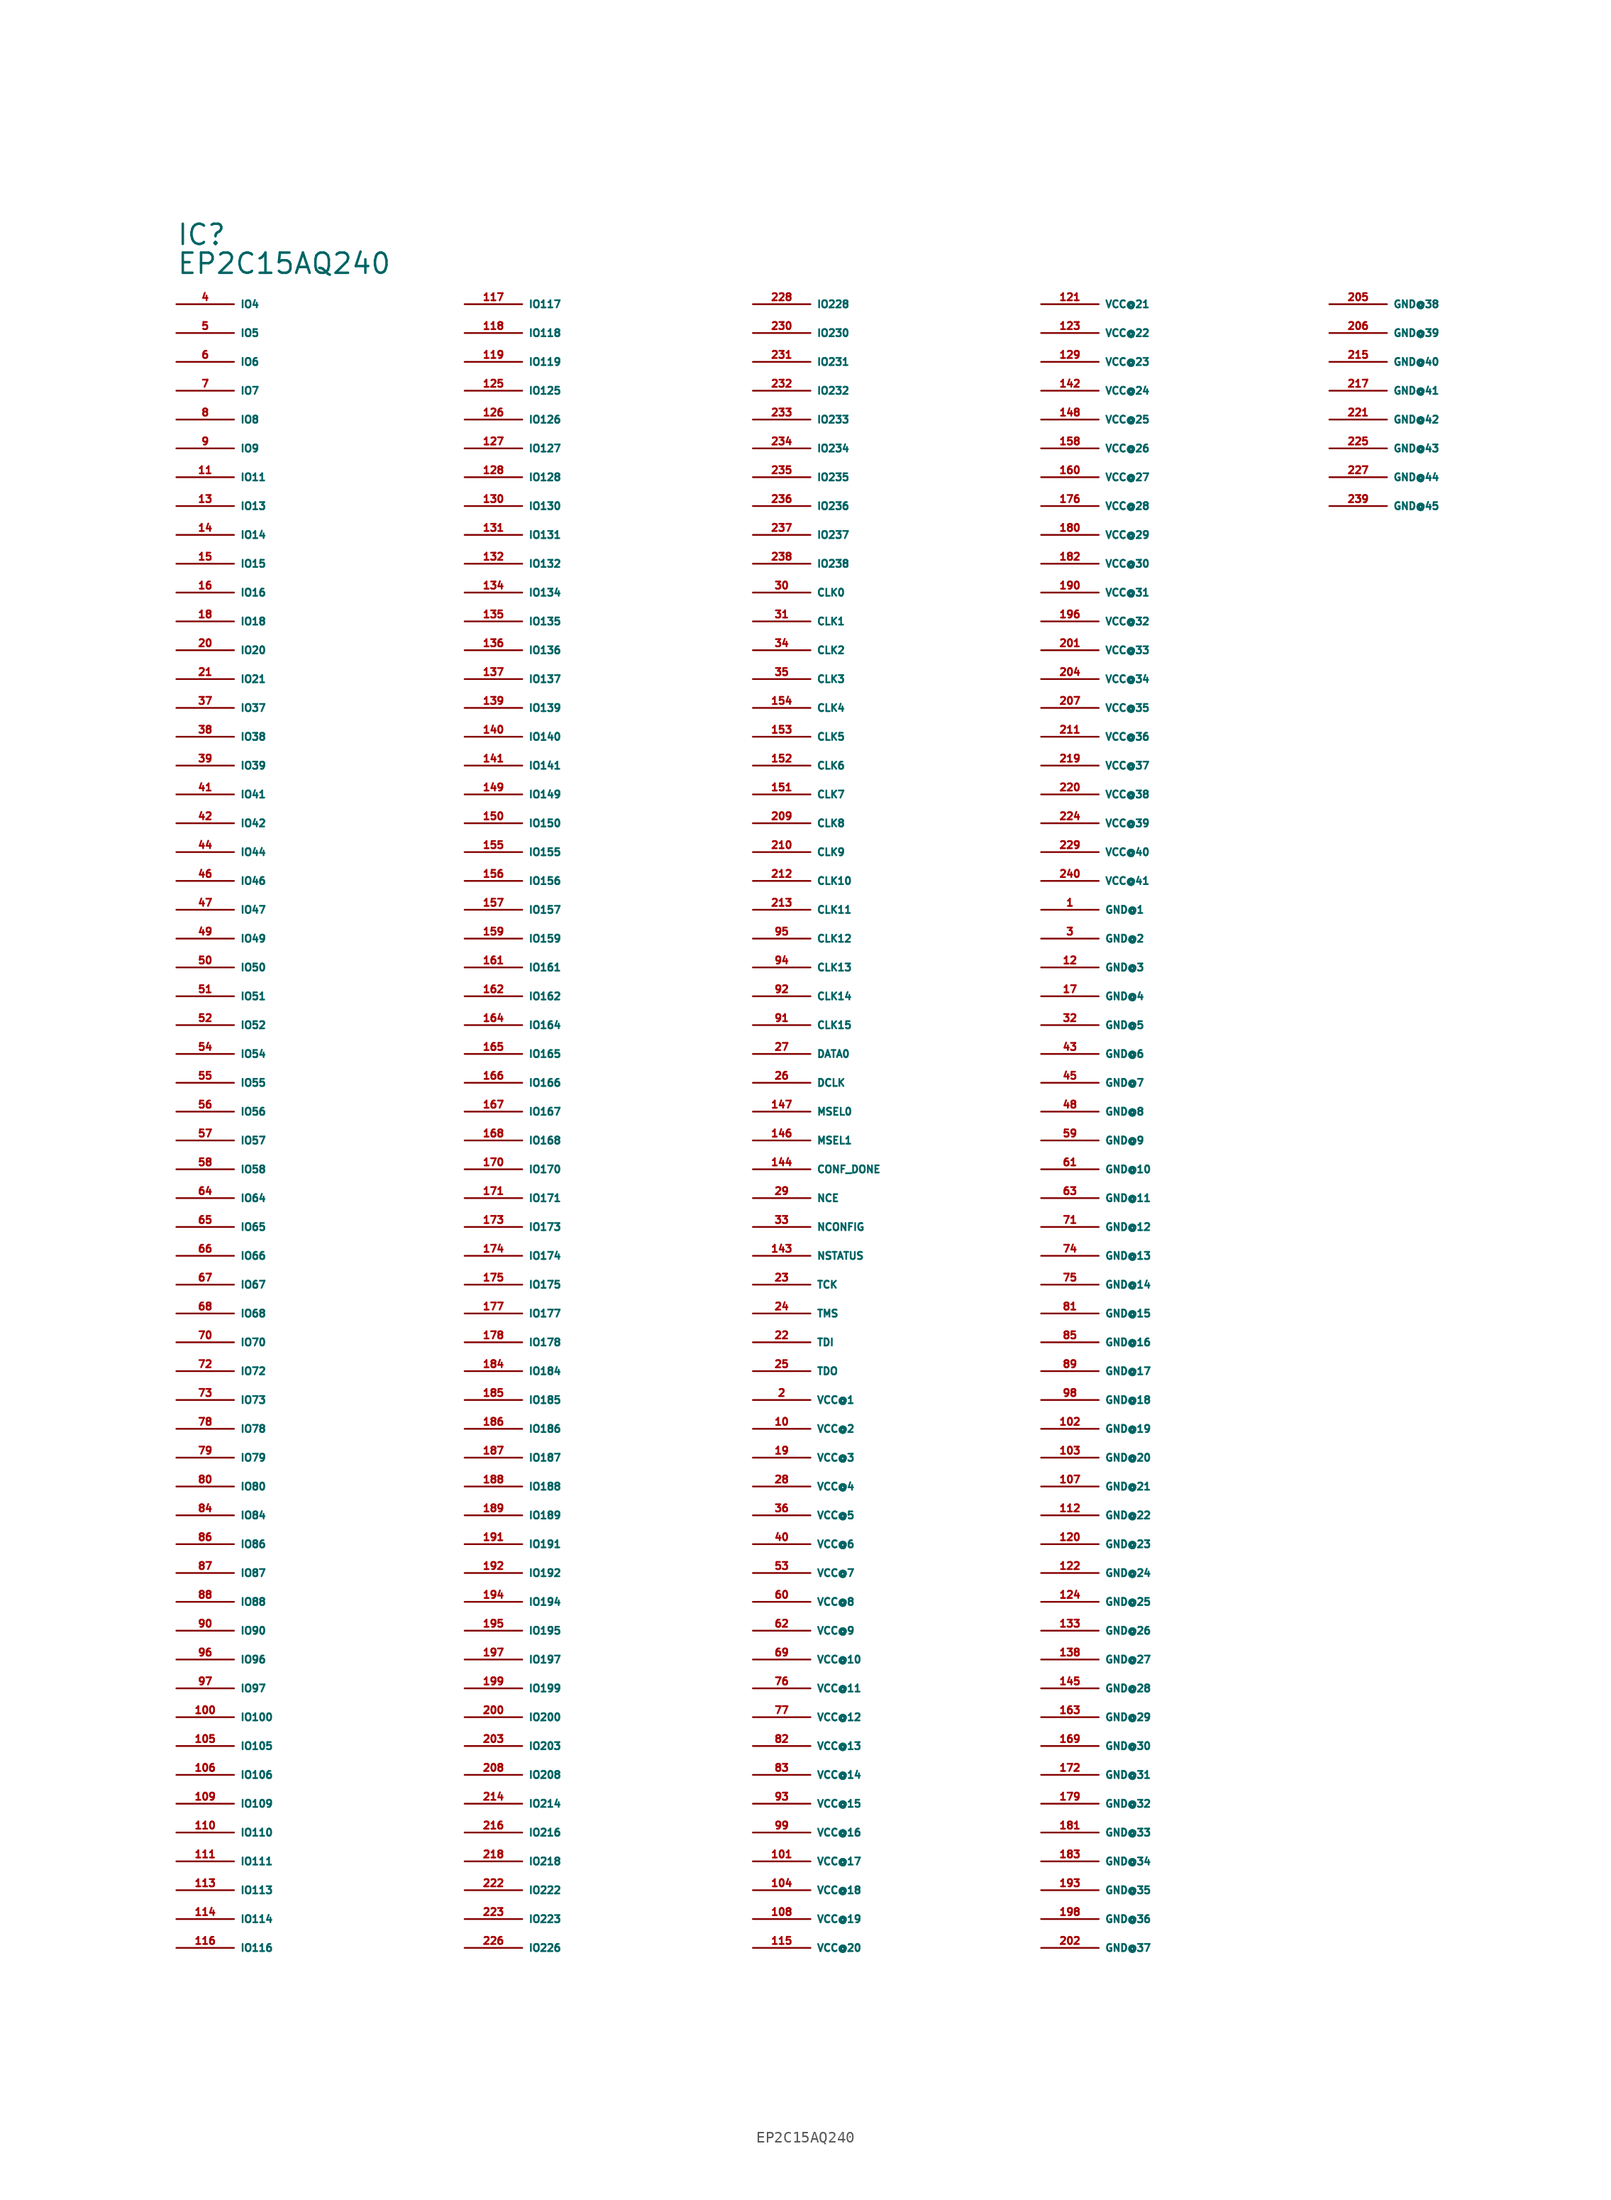
<source format=kicad_sym>
(kicad_symbol_lib
  (version 20220914)
  (generator Eagle2Kicad)
  (symbol "EP2C15AQ240"
    (property "Reference" "IC"
      (at -55.88 81.28 0)
      (effects (font (size 1.778 1.778) (thickness 0.22)) (justify left bottom)))
    (property "Value" "EP2C15AQ240"
      (at -55.88 78.74 0)
      (effects (font (size 1.778 1.778) (thickness 0.22)) (justify left bottom)))
    (pin output line
      (at -55.88 76.2 0)
      (length 5.08)
      (name "IO4" (effects (font (size 0.635 0.635) (thickness 0.08)) (justify left bottom)))
      (number "4" (effects (font (size 0.635 0.635) (thickness 0.08)) (justify left bottom))))
    (pin output line
      (at -55.88 73.66 0)
      (length 5.08)
      (name "IO5" (effects (font (size 0.635 0.635) (thickness 0.08)) (justify left bottom)))
      (number "5" (effects (font (size 0.635 0.635) (thickness 0.08)) (justify left bottom))))
    (pin bidirectional line
      (at -55.88 71.12 0)
      (length 5.08)
      (name "IO6" (effects (font (size 0.635 0.635) (thickness 0.08)) (justify left bottom)))
      (number "6" (effects (font (size 0.635 0.635) (thickness 0.08)) (justify left bottom))))
    (pin bidirectional line
      (at -55.88 68.58 0)
      (length 5.08)
      (name "IO7" (effects (font (size 0.635 0.635) (thickness 0.08)) (justify left bottom)))
      (number "7" (effects (font (size 0.635 0.635) (thickness 0.08)) (justify left bottom))))
    (pin bidirectional line
      (at -55.88 66.04 0)
      (length 5.08)
      (name "IO8" (effects (font (size 0.635 0.635) (thickness 0.08)) (justify left bottom)))
      (number "8" (effects (font (size 0.635 0.635) (thickness 0.08)) (justify left bottom))))
    (pin bidirectional line
      (at -55.88 63.5 0)
      (length 5.08)
      (name "IO9" (effects (font (size 0.635 0.635) (thickness 0.08)) (justify left bottom)))
      (number "9" (effects (font (size 0.635 0.635) (thickness 0.08)) (justify left bottom))))
    (pin bidirectional line
      (at -55.88 60.96 0)
      (length 5.08)
      (name "IO11" (effects (font (size 0.635 0.635) (thickness 0.08)) (justify left bottom)))
      (number "11" (effects (font (size 0.635 0.635) (thickness 0.08)) (justify left bottom))))
    (pin bidirectional line
      (at -55.88 58.42 0)
      (length 5.08)
      (name "IO13" (effects (font (size 0.635 0.635) (thickness 0.08)) (justify left bottom)))
      (number "13" (effects (font (size 0.635 0.635) (thickness 0.08)) (justify left bottom))))
    (pin bidirectional line
      (at -55.88 55.88 0)
      (length 5.08)
      (name "IO14" (effects (font (size 0.635 0.635) (thickness 0.08)) (justify left bottom)))
      (number "14" (effects (font (size 0.635 0.635) (thickness 0.08)) (justify left bottom))))
    (pin bidirectional line
      (at -55.88 53.34 0)
      (length 5.08)
      (name "IO15" (effects (font (size 0.635 0.635) (thickness 0.08)) (justify left bottom)))
      (number "15" (effects (font (size 0.635 0.635) (thickness 0.08)) (justify left bottom))))
    (pin bidirectional line
      (at -55.88 50.8 0)
      (length 5.08)
      (name "IO16" (effects (font (size 0.635 0.635) (thickness 0.08)) (justify left bottom)))
      (number "16" (effects (font (size 0.635 0.635) (thickness 0.08)) (justify left bottom))))
    (pin bidirectional line
      (at -55.88 48.26 0)
      (length 5.08)
      (name "IO18" (effects (font (size 0.635 0.635) (thickness 0.08)) (justify left bottom)))
      (number "18" (effects (font (size 0.635 0.635) (thickness 0.08)) (justify left bottom))))
    (pin bidirectional line
      (at -55.88 45.72 0)
      (length 5.08)
      (name "IO20" (effects (font (size 0.635 0.635) (thickness 0.08)) (justify left bottom)))
      (number "20" (effects (font (size 0.635 0.635) (thickness 0.08)) (justify left bottom))))
    (pin bidirectional line
      (at -55.88 43.18 0)
      (length 5.08)
      (name "IO21" (effects (font (size 0.635 0.635) (thickness 0.08)) (justify left bottom)))
      (number "21" (effects (font (size 0.635 0.635) (thickness 0.08)) (justify left bottom))))
    (pin bidirectional line
      (at -55.88 40.64 0)
      (length 5.08)
      (name "IO37" (effects (font (size 0.635 0.635) (thickness 0.08)) (justify left bottom)))
      (number "37" (effects (font (size 0.635 0.635) (thickness 0.08)) (justify left bottom))))
    (pin bidirectional line
      (at -55.88 38.1 0)
      (length 5.08)
      (name "IO38" (effects (font (size 0.635 0.635) (thickness 0.08)) (justify left bottom)))
      (number "38" (effects (font (size 0.635 0.635) (thickness 0.08)) (justify left bottom))))
    (pin bidirectional line
      (at -55.88 35.56 0)
      (length 5.08)
      (name "IO39" (effects (font (size 0.635 0.635) (thickness 0.08)) (justify left bottom)))
      (number "39" (effects (font (size 0.635 0.635) (thickness 0.08)) (justify left bottom))))
    (pin bidirectional line
      (at -55.88 33.02 0)
      (length 5.08)
      (name "IO41" (effects (font (size 0.635 0.635) (thickness 0.08)) (justify left bottom)))
      (number "41" (effects (font (size 0.635 0.635) (thickness 0.08)) (justify left bottom))))
    (pin bidirectional line
      (at -55.88 30.48 0)
      (length 5.08)
      (name "IO42" (effects (font (size 0.635 0.635) (thickness 0.08)) (justify left bottom)))
      (number "42" (effects (font (size 0.635 0.635) (thickness 0.08)) (justify left bottom))))
    (pin bidirectional line
      (at -55.88 27.94 0)
      (length 5.08)
      (name "IO44" (effects (font (size 0.635 0.635) (thickness 0.08)) (justify left bottom)))
      (number "44" (effects (font (size 0.635 0.635) (thickness 0.08)) (justify left bottom))))
    (pin bidirectional line
      (at -55.88 25.4 0)
      (length 5.08)
      (name "IO46" (effects (font (size 0.635 0.635) (thickness 0.08)) (justify left bottom)))
      (number "46" (effects (font (size 0.635 0.635) (thickness 0.08)) (justify left bottom))))
    (pin bidirectional line
      (at -55.88 22.86 0)
      (length 5.08)
      (name "IO47" (effects (font (size 0.635 0.635) (thickness 0.08)) (justify left bottom)))
      (number "47" (effects (font (size 0.635 0.635) (thickness 0.08)) (justify left bottom))))
    (pin bidirectional line
      (at -55.88 20.32 0)
      (length 5.08)
      (name "IO49" (effects (font (size 0.635 0.635) (thickness 0.08)) (justify left bottom)))
      (number "49" (effects (font (size 0.635 0.635) (thickness 0.08)) (justify left bottom))))
    (pin bidirectional line
      (at -55.88 17.78 0)
      (length 5.08)
      (name "IO50" (effects (font (size 0.635 0.635) (thickness 0.08)) (justify left bottom)))
      (number "50" (effects (font (size 0.635 0.635) (thickness 0.08)) (justify left bottom))))
    (pin bidirectional line
      (at -55.88 15.24 0)
      (length 5.08)
      (name "IO51" (effects (font (size 0.635 0.635) (thickness 0.08)) (justify left bottom)))
      (number "51" (effects (font (size 0.635 0.635) (thickness 0.08)) (justify left bottom))))
    (pin bidirectional line
      (at -55.88 12.7 0)
      (length 5.08)
      (name "IO52" (effects (font (size 0.635 0.635) (thickness 0.08)) (justify left bottom)))
      (number "52" (effects (font (size 0.635 0.635) (thickness 0.08)) (justify left bottom))))
    (pin bidirectional line
      (at -55.88 10.16 0)
      (length 5.08)
      (name "IO54" (effects (font (size 0.635 0.635) (thickness 0.08)) (justify left bottom)))
      (number "54" (effects (font (size 0.635 0.635) (thickness 0.08)) (justify left bottom))))
    (pin bidirectional line
      (at -55.88 7.62 0)
      (length 5.08)
      (name "IO55" (effects (font (size 0.635 0.635) (thickness 0.08)) (justify left bottom)))
      (number "55" (effects (font (size 0.635 0.635) (thickness 0.08)) (justify left bottom))))
    (pin bidirectional line
      (at -55.88 5.08 0)
      (length 5.08)
      (name "IO56" (effects (font (size 0.635 0.635) (thickness 0.08)) (justify left bottom)))
      (number "56" (effects (font (size 0.635 0.635) (thickness 0.08)) (justify left bottom))))
    (pin bidirectional line
      (at -55.88 2.54 0)
      (length 5.08)
      (name "IO57" (effects (font (size 0.635 0.635) (thickness 0.08)) (justify left bottom)))
      (number "57" (effects (font (size 0.635 0.635) (thickness 0.08)) (justify left bottom))))
    (pin bidirectional line
      (at -55.88 0 0)
      (length 5.08)
      (name "IO58" (effects (font (size 0.635 0.635) (thickness 0.08)) (justify left bottom)))
      (number "58" (effects (font (size 0.635 0.635) (thickness 0.08)) (justify left bottom))))
    (pin bidirectional line
      (at -55.88 -2.54 0)
      (length 5.08)
      (name "IO64" (effects (font (size 0.635 0.635) (thickness 0.08)) (justify left bottom)))
      (number "64" (effects (font (size 0.635 0.635) (thickness 0.08)) (justify left bottom))))
    (pin bidirectional line
      (at -55.88 -5.08 0)
      (length 5.08)
      (name "IO65" (effects (font (size 0.635 0.635) (thickness 0.08)) (justify left bottom)))
      (number "65" (effects (font (size 0.635 0.635) (thickness 0.08)) (justify left bottom))))
    (pin bidirectional line
      (at -55.88 -7.62 0)
      (length 5.08)
      (name "IO66" (effects (font (size 0.635 0.635) (thickness 0.08)) (justify left bottom)))
      (number "66" (effects (font (size 0.635 0.635) (thickness 0.08)) (justify left bottom))))
    (pin bidirectional line
      (at -55.88 -10.16 0)
      (length 5.08)
      (name "IO67" (effects (font (size 0.635 0.635) (thickness 0.08)) (justify left bottom)))
      (number "67" (effects (font (size 0.635 0.635) (thickness 0.08)) (justify left bottom))))
    (pin bidirectional line
      (at -55.88 -12.7 0)
      (length 5.08)
      (name "IO68" (effects (font (size 0.635 0.635) (thickness 0.08)) (justify left bottom)))
      (number "68" (effects (font (size 0.635 0.635) (thickness 0.08)) (justify left bottom))))
    (pin bidirectional line
      (at -55.88 -15.24 0)
      (length 5.08)
      (name "IO70" (effects (font (size 0.635 0.635) (thickness 0.08)) (justify left bottom)))
      (number "70" (effects (font (size 0.635 0.635) (thickness 0.08)) (justify left bottom))))
    (pin bidirectional line
      (at -55.88 -17.78 0)
      (length 5.08)
      (name "IO72" (effects (font (size 0.635 0.635) (thickness 0.08)) (justify left bottom)))
      (number "72" (effects (font (size 0.635 0.635) (thickness 0.08)) (justify left bottom))))
    (pin bidirectional line
      (at -55.88 -20.32 0)
      (length 5.08)
      (name "IO73" (effects (font (size 0.635 0.635) (thickness 0.08)) (justify left bottom)))
      (number "73" (effects (font (size 0.635 0.635) (thickness 0.08)) (justify left bottom))))
    (pin bidirectional line
      (at -55.88 -22.86 0)
      (length 5.08)
      (name "IO78" (effects (font (size 0.635 0.635) (thickness 0.08)) (justify left bottom)))
      (number "78" (effects (font (size 0.635 0.635) (thickness 0.08)) (justify left bottom))))
    (pin bidirectional line
      (at -55.88 -25.4 0)
      (length 5.08)
      (name "IO79" (effects (font (size 0.635 0.635) (thickness 0.08)) (justify left bottom)))
      (number "79" (effects (font (size 0.635 0.635) (thickness 0.08)) (justify left bottom))))
    (pin bidirectional line
      (at -55.88 -27.94 0)
      (length 5.08)
      (name "IO80" (effects (font (size 0.635 0.635) (thickness 0.08)) (justify left bottom)))
      (number "80" (effects (font (size 0.635 0.635) (thickness 0.08)) (justify left bottom))))
    (pin bidirectional line
      (at -55.88 -30.48 0)
      (length 5.08)
      (name "IO84" (effects (font (size 0.635 0.635) (thickness 0.08)) (justify left bottom)))
      (number "84" (effects (font (size 0.635 0.635) (thickness 0.08)) (justify left bottom))))
    (pin bidirectional line
      (at -55.88 -33.02 0)
      (length 5.08)
      (name "IO86" (effects (font (size 0.635 0.635) (thickness 0.08)) (justify left bottom)))
      (number "86" (effects (font (size 0.635 0.635) (thickness 0.08)) (justify left bottom))))
    (pin bidirectional line
      (at -55.88 -35.56 0)
      (length 5.08)
      (name "IO87" (effects (font (size 0.635 0.635) (thickness 0.08)) (justify left bottom)))
      (number "87" (effects (font (size 0.635 0.635) (thickness 0.08)) (justify left bottom))))
    (pin bidirectional line
      (at -55.88 -38.1 0)
      (length 5.08)
      (name "IO88" (effects (font (size 0.635 0.635) (thickness 0.08)) (justify left bottom)))
      (number "88" (effects (font (size 0.635 0.635) (thickness 0.08)) (justify left bottom))))
    (pin bidirectional line
      (at -55.88 -40.64 0)
      (length 5.08)
      (name "IO90" (effects (font (size 0.635 0.635) (thickness 0.08)) (justify left bottom)))
      (number "90" (effects (font (size 0.635 0.635) (thickness 0.08)) (justify left bottom))))
    (pin bidirectional line
      (at -55.88 -43.18 0)
      (length 5.08)
      (name "IO96" (effects (font (size 0.635 0.635) (thickness 0.08)) (justify left bottom)))
      (number "96" (effects (font (size 0.635 0.635) (thickness 0.08)) (justify left bottom))))
    (pin bidirectional line
      (at -55.88 -45.72 0)
      (length 5.08)
      (name "IO97" (effects (font (size 0.635 0.635) (thickness 0.08)) (justify left bottom)))
      (number "97" (effects (font (size 0.635 0.635) (thickness 0.08)) (justify left bottom))))
    (pin bidirectional line
      (at -55.88 -48.26 0)
      (length 5.08)
      (name "IO100" (effects (font (size 0.635 0.635) (thickness 0.08)) (justify left bottom)))
      (number "100" (effects (font (size 0.635 0.635) (thickness 0.08)) (justify left bottom))))
    (pin bidirectional line
      (at -55.88 -50.8 0)
      (length 5.08)
      (name "IO105" (effects (font (size 0.635 0.635) (thickness 0.08)) (justify left bottom)))
      (number "105" (effects (font (size 0.635 0.635) (thickness 0.08)) (justify left bottom))))
    (pin bidirectional line
      (at -55.88 -53.34 0)
      (length 5.08)
      (name "IO106" (effects (font (size 0.635 0.635) (thickness 0.08)) (justify left bottom)))
      (number "106" (effects (font (size 0.635 0.635) (thickness 0.08)) (justify left bottom))))
    (pin bidirectional line
      (at -55.88 -55.88 0)
      (length 5.08)
      (name "IO109" (effects (font (size 0.635 0.635) (thickness 0.08)) (justify left bottom)))
      (number "109" (effects (font (size 0.635 0.635) (thickness 0.08)) (justify left bottom))))
    (pin bidirectional line
      (at -55.88 -58.42 0)
      (length 5.08)
      (name "IO110" (effects (font (size 0.635 0.635) (thickness 0.08)) (justify left bottom)))
      (number "110" (effects (font (size 0.635 0.635) (thickness 0.08)) (justify left bottom))))
    (pin bidirectional line
      (at -55.88 -60.96 0)
      (length 5.08)
      (name "IO111" (effects (font (size 0.635 0.635) (thickness 0.08)) (justify left bottom)))
      (number "111" (effects (font (size 0.635 0.635) (thickness 0.08)) (justify left bottom))))
    (pin bidirectional line
      (at -55.88 -63.5 0)
      (length 5.08)
      (name "IO113" (effects (font (size 0.635 0.635) (thickness 0.08)) (justify left bottom)))
      (number "113" (effects (font (size 0.635 0.635) (thickness 0.08)) (justify left bottom))))
    (pin bidirectional line
      (at -55.88 -66.04 0)
      (length 5.08)
      (name "IO114" (effects (font (size 0.635 0.635) (thickness 0.08)) (justify left bottom)))
      (number "114" (effects (font (size 0.635 0.635) (thickness 0.08)) (justify left bottom))))
    (pin bidirectional line
      (at -55.88 -68.58 0)
      (length 5.08)
      (name "IO116" (effects (font (size 0.635 0.635) (thickness 0.08)) (justify left bottom)))
      (number "116" (effects (font (size 0.635 0.635) (thickness 0.08)) (justify left bottom))))
    (pin bidirectional line
      (at -30.48 76.2 0)
      (length 5.08)
      (name "IO117" (effects (font (size 0.635 0.635) (thickness 0.08)) (justify left bottom)))
      (number "117" (effects (font (size 0.635 0.635) (thickness 0.08)) (justify left bottom))))
    (pin bidirectional line
      (at -30.48 73.66 0)
      (length 5.08)
      (name "IO118" (effects (font (size 0.635 0.635) (thickness 0.08)) (justify left bottom)))
      (number "118" (effects (font (size 0.635 0.635) (thickness 0.08)) (justify left bottom))))
    (pin bidirectional line
      (at -30.48 71.12 0)
      (length 5.08)
      (name "IO119" (effects (font (size 0.635 0.635) (thickness 0.08)) (justify left bottom)))
      (number "119" (effects (font (size 0.635 0.635) (thickness 0.08)) (justify left bottom))))
    (pin bidirectional line
      (at -30.48 68.58 0)
      (length 5.08)
      (name "IO125" (effects (font (size 0.635 0.635) (thickness 0.08)) (justify left bottom)))
      (number "125" (effects (font (size 0.635 0.635) (thickness 0.08)) (justify left bottom))))
    (pin bidirectional line
      (at -30.48 66.04 0)
      (length 5.08)
      (name "IO126" (effects (font (size 0.635 0.635) (thickness 0.08)) (justify left bottom)))
      (number "126" (effects (font (size 0.635 0.635) (thickness 0.08)) (justify left bottom))))
    (pin bidirectional line
      (at -30.48 63.5 0)
      (length 5.08)
      (name "IO127" (effects (font (size 0.635 0.635) (thickness 0.08)) (justify left bottom)))
      (number "127" (effects (font (size 0.635 0.635) (thickness 0.08)) (justify left bottom))))
    (pin bidirectional line
      (at -30.48 60.96 0)
      (length 5.08)
      (name "IO128" (effects (font (size 0.635 0.635) (thickness 0.08)) (justify left bottom)))
      (number "128" (effects (font (size 0.635 0.635) (thickness 0.08)) (justify left bottom))))
    (pin bidirectional line
      (at -30.48 58.42 0)
      (length 5.08)
      (name "IO130" (effects (font (size 0.635 0.635) (thickness 0.08)) (justify left bottom)))
      (number "130" (effects (font (size 0.635 0.635) (thickness 0.08)) (justify left bottom))))
    (pin bidirectional line
      (at -30.48 55.88 0)
      (length 5.08)
      (name "IO131" (effects (font (size 0.635 0.635) (thickness 0.08)) (justify left bottom)))
      (number "131" (effects (font (size 0.635 0.635) (thickness 0.08)) (justify left bottom))))
    (pin bidirectional line
      (at -30.48 53.34 0)
      (length 5.08)
      (name "IO132" (effects (font (size 0.635 0.635) (thickness 0.08)) (justify left bottom)))
      (number "132" (effects (font (size 0.635 0.635) (thickness 0.08)) (justify left bottom))))
    (pin bidirectional line
      (at -30.48 50.8 0)
      (length 5.08)
      (name "IO134" (effects (font (size 0.635 0.635) (thickness 0.08)) (justify left bottom)))
      (number "134" (effects (font (size 0.635 0.635) (thickness 0.08)) (justify left bottom))))
    (pin bidirectional line
      (at -30.48 48.26 0)
      (length 5.08)
      (name "IO135" (effects (font (size 0.635 0.635) (thickness 0.08)) (justify left bottom)))
      (number "135" (effects (font (size 0.635 0.635) (thickness 0.08)) (justify left bottom))))
    (pin bidirectional line
      (at -30.48 45.72 0)
      (length 5.08)
      (name "IO136" (effects (font (size 0.635 0.635) (thickness 0.08)) (justify left bottom)))
      (number "136" (effects (font (size 0.635 0.635) (thickness 0.08)) (justify left bottom))))
    (pin bidirectional line
      (at -30.48 43.18 0)
      (length 5.08)
      (name "IO137" (effects (font (size 0.635 0.635) (thickness 0.08)) (justify left bottom)))
      (number "137" (effects (font (size 0.635 0.635) (thickness 0.08)) (justify left bottom))))
    (pin bidirectional line
      (at -30.48 40.64 0)
      (length 5.08)
      (name "IO139" (effects (font (size 0.635 0.635) (thickness 0.08)) (justify left bottom)))
      (number "139" (effects (font (size 0.635 0.635) (thickness 0.08)) (justify left bottom))))
    (pin bidirectional line
      (at -30.48 38.1 0)
      (length 5.08)
      (name "IO140" (effects (font (size 0.635 0.635) (thickness 0.08)) (justify left bottom)))
      (number "140" (effects (font (size 0.635 0.635) (thickness 0.08)) (justify left bottom))))
    (pin bidirectional line
      (at -30.48 35.56 0)
      (length 5.08)
      (name "IO141" (effects (font (size 0.635 0.635) (thickness 0.08)) (justify left bottom)))
      (number "141" (effects (font (size 0.635 0.635) (thickness 0.08)) (justify left bottom))))
    (pin bidirectional line
      (at -30.48 33.02 0)
      (length 5.08)
      (name "IO149" (effects (font (size 0.635 0.635) (thickness 0.08)) (justify left bottom)))
      (number "149" (effects (font (size 0.635 0.635) (thickness 0.08)) (justify left bottom))))
    (pin bidirectional line
      (at -30.48 30.48 0)
      (length 5.08)
      (name "IO150" (effects (font (size 0.635 0.635) (thickness 0.08)) (justify left bottom)))
      (number "150" (effects (font (size 0.635 0.635) (thickness 0.08)) (justify left bottom))))
    (pin bidirectional line
      (at -30.48 27.94 0)
      (length 5.08)
      (name "IO155" (effects (font (size 0.635 0.635) (thickness 0.08)) (justify left bottom)))
      (number "155" (effects (font (size 0.635 0.635) (thickness 0.08)) (justify left bottom))))
    (pin bidirectional line
      (at -30.48 25.4 0)
      (length 5.08)
      (name "IO156" (effects (font (size 0.635 0.635) (thickness 0.08)) (justify left bottom)))
      (number "156" (effects (font (size 0.635 0.635) (thickness 0.08)) (justify left bottom))))
    (pin bidirectional line
      (at -30.48 22.86 0)
      (length 5.08)
      (name "IO157" (effects (font (size 0.635 0.635) (thickness 0.08)) (justify left bottom)))
      (number "157" (effects (font (size 0.635 0.635) (thickness 0.08)) (justify left bottom))))
    (pin bidirectional line
      (at -30.48 20.32 0)
      (length 5.08)
      (name "IO159" (effects (font (size 0.635 0.635) (thickness 0.08)) (justify left bottom)))
      (number "159" (effects (font (size 0.635 0.635) (thickness 0.08)) (justify left bottom))))
    (pin bidirectional line
      (at -30.48 17.78 0)
      (length 5.08)
      (name "IO161" (effects (font (size 0.635 0.635) (thickness 0.08)) (justify left bottom)))
      (number "161" (effects (font (size 0.635 0.635) (thickness 0.08)) (justify left bottom))))
    (pin bidirectional line
      (at -30.48 15.24 0)
      (length 5.08)
      (name "IO162" (effects (font (size 0.635 0.635) (thickness 0.08)) (justify left bottom)))
      (number "162" (effects (font (size 0.635 0.635) (thickness 0.08)) (justify left bottom))))
    (pin bidirectional line
      (at -30.48 12.7 0)
      (length 5.08)
      (name "IO164" (effects (font (size 0.635 0.635) (thickness 0.08)) (justify left bottom)))
      (number "164" (effects (font (size 0.635 0.635) (thickness 0.08)) (justify left bottom))))
    (pin bidirectional line
      (at -30.48 10.16 0)
      (length 5.08)
      (name "IO165" (effects (font (size 0.635 0.635) (thickness 0.08)) (justify left bottom)))
      (number "165" (effects (font (size 0.635 0.635) (thickness 0.08)) (justify left bottom))))
    (pin bidirectional line
      (at -30.48 7.62 0)
      (length 5.08)
      (name "IO166" (effects (font (size 0.635 0.635) (thickness 0.08)) (justify left bottom)))
      (number "166" (effects (font (size 0.635 0.635) (thickness 0.08)) (justify left bottom))))
    (pin bidirectional line
      (at -30.48 5.08 0)
      (length 5.08)
      (name "IO167" (effects (font (size 0.635 0.635) (thickness 0.08)) (justify left bottom)))
      (number "167" (effects (font (size 0.635 0.635) (thickness 0.08)) (justify left bottom))))
    (pin bidirectional line
      (at -30.48 2.54 0)
      (length 5.08)
      (name "IO168" (effects (font (size 0.635 0.635) (thickness 0.08)) (justify left bottom)))
      (number "168" (effects (font (size 0.635 0.635) (thickness 0.08)) (justify left bottom))))
    (pin bidirectional line
      (at -30.48 0 0)
      (length 5.08)
      (name "IO170" (effects (font (size 0.635 0.635) (thickness 0.08)) (justify left bottom)))
      (number "170" (effects (font (size 0.635 0.635) (thickness 0.08)) (justify left bottom))))
    (pin bidirectional line
      (at -30.48 -2.54 0)
      (length 5.08)
      (name "IO171" (effects (font (size 0.635 0.635) (thickness 0.08)) (justify left bottom)))
      (number "171" (effects (font (size 0.635 0.635) (thickness 0.08)) (justify left bottom))))
    (pin bidirectional line
      (at -30.48 -5.08 0)
      (length 5.08)
      (name "IO173" (effects (font (size 0.635 0.635) (thickness 0.08)) (justify left bottom)))
      (number "173" (effects (font (size 0.635 0.635) (thickness 0.08)) (justify left bottom))))
    (pin bidirectional line
      (at -30.48 -7.62 0)
      (length 5.08)
      (name "IO174" (effects (font (size 0.635 0.635) (thickness 0.08)) (justify left bottom)))
      (number "174" (effects (font (size 0.635 0.635) (thickness 0.08)) (justify left bottom))))
    (pin bidirectional line
      (at -30.48 -10.16 0)
      (length 5.08)
      (name "IO175" (effects (font (size 0.635 0.635) (thickness 0.08)) (justify left bottom)))
      (number "175" (effects (font (size 0.635 0.635) (thickness 0.08)) (justify left bottom))))
    (pin bidirectional line
      (at -30.48 -12.7 0)
      (length 5.08)
      (name "IO177" (effects (font (size 0.635 0.635) (thickness 0.08)) (justify left bottom)))
      (number "177" (effects (font (size 0.635 0.635) (thickness 0.08)) (justify left bottom))))
    (pin bidirectional line
      (at -30.48 -15.24 0)
      (length 5.08)
      (name "IO178" (effects (font (size 0.635 0.635) (thickness 0.08)) (justify left bottom)))
      (number "178" (effects (font (size 0.635 0.635) (thickness 0.08)) (justify left bottom))))
    (pin bidirectional line
      (at -30.48 -17.78 0)
      (length 5.08)
      (name "IO184" (effects (font (size 0.635 0.635) (thickness 0.08)) (justify left bottom)))
      (number "184" (effects (font (size 0.635 0.635) (thickness 0.08)) (justify left bottom))))
    (pin bidirectional line
      (at -30.48 -20.32 0)
      (length 5.08)
      (name "IO185" (effects (font (size 0.635 0.635) (thickness 0.08)) (justify left bottom)))
      (number "185" (effects (font (size 0.635 0.635) (thickness 0.08)) (justify left bottom))))
    (pin bidirectional line
      (at -30.48 -22.86 0)
      (length 5.08)
      (name "IO186" (effects (font (size 0.635 0.635) (thickness 0.08)) (justify left bottom)))
      (number "186" (effects (font (size 0.635 0.635) (thickness 0.08)) (justify left bottom))))
    (pin bidirectional line
      (at -30.48 -25.4 0)
      (length 5.08)
      (name "IO187" (effects (font (size 0.635 0.635) (thickness 0.08)) (justify left bottom)))
      (number "187" (effects (font (size 0.635 0.635) (thickness 0.08)) (justify left bottom))))
    (pin bidirectional line
      (at -30.48 -27.94 0)
      (length 5.08)
      (name "IO188" (effects (font (size 0.635 0.635) (thickness 0.08)) (justify left bottom)))
      (number "188" (effects (font (size 0.635 0.635) (thickness 0.08)) (justify left bottom))))
    (pin bidirectional line
      (at -30.48 -30.48 0)
      (length 5.08)
      (name "IO189" (effects (font (size 0.635 0.635) (thickness 0.08)) (justify left bottom)))
      (number "189" (effects (font (size 0.635 0.635) (thickness 0.08)) (justify left bottom))))
    (pin bidirectional line
      (at -30.48 -33.02 0)
      (length 5.08)
      (name "IO191" (effects (font (size 0.635 0.635) (thickness 0.08)) (justify left bottom)))
      (number "191" (effects (font (size 0.635 0.635) (thickness 0.08)) (justify left bottom))))
    (pin bidirectional line
      (at -30.48 -35.56 0)
      (length 5.08)
      (name "IO192" (effects (font (size 0.635 0.635) (thickness 0.08)) (justify left bottom)))
      (number "192" (effects (font (size 0.635 0.635) (thickness 0.08)) (justify left bottom))))
    (pin bidirectional line
      (at -30.48 -38.1 0)
      (length 5.08)
      (name "IO194" (effects (font (size 0.635 0.635) (thickness 0.08)) (justify left bottom)))
      (number "194" (effects (font (size 0.635 0.635) (thickness 0.08)) (justify left bottom))))
    (pin bidirectional line
      (at -30.48 -40.64 0)
      (length 5.08)
      (name "IO195" (effects (font (size 0.635 0.635) (thickness 0.08)) (justify left bottom)))
      (number "195" (effects (font (size 0.635 0.635) (thickness 0.08)) (justify left bottom))))
    (pin bidirectional line
      (at -30.48 -43.18 0)
      (length 5.08)
      (name "IO197" (effects (font (size 0.635 0.635) (thickness 0.08)) (justify left bottom)))
      (number "197" (effects (font (size 0.635 0.635) (thickness 0.08)) (justify left bottom))))
    (pin bidirectional line
      (at -30.48 -45.72 0)
      (length 5.08)
      (name "IO199" (effects (font (size 0.635 0.635) (thickness 0.08)) (justify left bottom)))
      (number "199" (effects (font (size 0.635 0.635) (thickness 0.08)) (justify left bottom))))
    (pin bidirectional line
      (at -30.48 -48.26 0)
      (length 5.08)
      (name "IO200" (effects (font (size 0.635 0.635) (thickness 0.08)) (justify left bottom)))
      (number "200" (effects (font (size 0.635 0.635) (thickness 0.08)) (justify left bottom))))
    (pin bidirectional line
      (at -30.48 -50.8 0)
      (length 5.08)
      (name "IO203" (effects (font (size 0.635 0.635) (thickness 0.08)) (justify left bottom)))
      (number "203" (effects (font (size 0.635 0.635) (thickness 0.08)) (justify left bottom))))
    (pin bidirectional line
      (at -30.48 -53.34 0)
      (length 5.08)
      (name "IO208" (effects (font (size 0.635 0.635) (thickness 0.08)) (justify left bottom)))
      (number "208" (effects (font (size 0.635 0.635) (thickness 0.08)) (justify left bottom))))
    (pin bidirectional line
      (at -30.48 -55.88 0)
      (length 5.08)
      (name "IO214" (effects (font (size 0.635 0.635) (thickness 0.08)) (justify left bottom)))
      (number "214" (effects (font (size 0.635 0.635) (thickness 0.08)) (justify left bottom))))
    (pin bidirectional line
      (at -30.48 -58.42 0)
      (length 5.08)
      (name "IO216" (effects (font (size 0.635 0.635) (thickness 0.08)) (justify left bottom)))
      (number "216" (effects (font (size 0.635 0.635) (thickness 0.08)) (justify left bottom))))
    (pin bidirectional line
      (at -30.48 -60.96 0)
      (length 5.08)
      (name "IO218" (effects (font (size 0.635 0.635) (thickness 0.08)) (justify left bottom)))
      (number "218" (effects (font (size 0.635 0.635) (thickness 0.08)) (justify left bottom))))
    (pin bidirectional line
      (at -30.48 -63.5 0)
      (length 5.08)
      (name "IO222" (effects (font (size 0.635 0.635) (thickness 0.08)) (justify left bottom)))
      (number "222" (effects (font (size 0.635 0.635) (thickness 0.08)) (justify left bottom))))
    (pin bidirectional line
      (at -30.48 -66.04 0)
      (length 5.08)
      (name "IO223" (effects (font (size 0.635 0.635) (thickness 0.08)) (justify left bottom)))
      (number "223" (effects (font (size 0.635 0.635) (thickness 0.08)) (justify left bottom))))
    (pin bidirectional line
      (at -30.48 -68.58 0)
      (length 5.08)
      (name "IO226" (effects (font (size 0.635 0.635) (thickness 0.08)) (justify left bottom)))
      (number "226" (effects (font (size 0.635 0.635) (thickness 0.08)) (justify left bottom))))
    (pin bidirectional line
      (at -5.08 76.2 0)
      (length 5.08)
      (name "IO228" (effects (font (size 0.635 0.635) (thickness 0.08)) (justify left bottom)))
      (number "228" (effects (font (size 0.635 0.635) (thickness 0.08)) (justify left bottom))))
    (pin bidirectional line
      (at -5.08 73.66 0)
      (length 5.08)
      (name "IO230" (effects (font (size 0.635 0.635) (thickness 0.08)) (justify left bottom)))
      (number "230" (effects (font (size 0.635 0.635) (thickness 0.08)) (justify left bottom))))
    (pin bidirectional line
      (at -5.08 71.12 0)
      (length 5.08)
      (name "IO231" (effects (font (size 0.635 0.635) (thickness 0.08)) (justify left bottom)))
      (number "231" (effects (font (size 0.635 0.635) (thickness 0.08)) (justify left bottom))))
    (pin bidirectional line
      (at -5.08 68.58 0)
      (length 5.08)
      (name "IO232" (effects (font (size 0.635 0.635) (thickness 0.08)) (justify left bottom)))
      (number "232" (effects (font (size 0.635 0.635) (thickness 0.08)) (justify left bottom))))
    (pin bidirectional line
      (at -5.08 66.04 0)
      (length 5.08)
      (name "IO233" (effects (font (size 0.635 0.635) (thickness 0.08)) (justify left bottom)))
      (number "233" (effects (font (size 0.635 0.635) (thickness 0.08)) (justify left bottom))))
    (pin bidirectional line
      (at -5.08 63.5 0)
      (length 5.08)
      (name "IO234" (effects (font (size 0.635 0.635) (thickness 0.08)) (justify left bottom)))
      (number "234" (effects (font (size 0.635 0.635) (thickness 0.08)) (justify left bottom))))
    (pin bidirectional line
      (at -5.08 60.96 0)
      (length 5.08)
      (name "IO235" (effects (font (size 0.635 0.635) (thickness 0.08)) (justify left bottom)))
      (number "235" (effects (font (size 0.635 0.635) (thickness 0.08)) (justify left bottom))))
    (pin bidirectional line
      (at -5.08 58.42 0)
      (length 5.08)
      (name "IO236" (effects (font (size 0.635 0.635) (thickness 0.08)) (justify left bottom)))
      (number "236" (effects (font (size 0.635 0.635) (thickness 0.08)) (justify left bottom))))
    (pin bidirectional line
      (at -5.08 55.88 0)
      (length 5.08)
      (name "IO237" (effects (font (size 0.635 0.635) (thickness 0.08)) (justify left bottom)))
      (number "237" (effects (font (size 0.635 0.635) (thickness 0.08)) (justify left bottom))))
    (pin bidirectional line
      (at -5.08 53.34 0)
      (length 5.08)
      (name "IO238" (effects (font (size 0.635 0.635) (thickness 0.08)) (justify left bottom)))
      (number "238" (effects (font (size 0.635 0.635) (thickness 0.08)) (justify left bottom))))
    (pin bidirectional line
      (at -5.08 50.8 0)
      (length 5.08)
      (name "CLK0" (effects (font (size 0.635 0.635) (thickness 0.08)) (justify left bottom)))
      (number "30" (effects (font (size 0.635 0.635) (thickness 0.08)) (justify left bottom))))
    (pin bidirectional line
      (at -5.08 48.26 0)
      (length 5.08)
      (name "CLK1" (effects (font (size 0.635 0.635) (thickness 0.08)) (justify left bottom)))
      (number "31" (effects (font (size 0.635 0.635) (thickness 0.08)) (justify left bottom))))
    (pin bidirectional line
      (at -5.08 45.72 0)
      (length 5.08)
      (name "CLK2" (effects (font (size 0.635 0.635) (thickness 0.08)) (justify left bottom)))
      (number "34" (effects (font (size 0.635 0.635) (thickness 0.08)) (justify left bottom))))
    (pin bidirectional line
      (at -5.08 43.18 0)
      (length 5.08)
      (name "CLK3" (effects (font (size 0.635 0.635) (thickness 0.08)) (justify left bottom)))
      (number "35" (effects (font (size 0.635 0.635) (thickness 0.08)) (justify left bottom))))
    (pin bidirectional line
      (at -5.08 40.64 0)
      (length 5.08)
      (name "CLK4" (effects (font (size 0.635 0.635) (thickness 0.08)) (justify left bottom)))
      (number "154" (effects (font (size 0.635 0.635) (thickness 0.08)) (justify left bottom))))
    (pin bidirectional line
      (at -5.08 38.1 0)
      (length 5.08)
      (name "CLK5" (effects (font (size 0.635 0.635) (thickness 0.08)) (justify left bottom)))
      (number "153" (effects (font (size 0.635 0.635) (thickness 0.08)) (justify left bottom))))
    (pin bidirectional line
      (at -5.08 35.56 0)
      (length 5.08)
      (name "CLK6" (effects (font (size 0.635 0.635) (thickness 0.08)) (justify left bottom)))
      (number "152" (effects (font (size 0.635 0.635) (thickness 0.08)) (justify left bottom))))
    (pin bidirectional line
      (at -5.08 33.02 0)
      (length 5.08)
      (name "CLK7" (effects (font (size 0.635 0.635) (thickness 0.08)) (justify left bottom)))
      (number "151" (effects (font (size 0.635 0.635) (thickness 0.08)) (justify left bottom))))
    (pin bidirectional line
      (at -5.08 30.48 0)
      (length 5.08)
      (name "CLK8" (effects (font (size 0.635 0.635) (thickness 0.08)) (justify left bottom)))
      (number "209" (effects (font (size 0.635 0.635) (thickness 0.08)) (justify left bottom))))
    (pin bidirectional line
      (at -5.08 27.94 0)
      (length 5.08)
      (name "CLK9" (effects (font (size 0.635 0.635) (thickness 0.08)) (justify left bottom)))
      (number "210" (effects (font (size 0.635 0.635) (thickness 0.08)) (justify left bottom))))
    (pin bidirectional line
      (at -5.08 25.4 0)
      (length 5.08)
      (name "CLK10" (effects (font (size 0.635 0.635) (thickness 0.08)) (justify left bottom)))
      (number "212" (effects (font (size 0.635 0.635) (thickness 0.08)) (justify left bottom))))
    (pin bidirectional line
      (at -5.08 22.86 0)
      (length 5.08)
      (name "CLK11" (effects (font (size 0.635 0.635) (thickness 0.08)) (justify left bottom)))
      (number "213" (effects (font (size 0.635 0.635) (thickness 0.08)) (justify left bottom))))
    (pin bidirectional line
      (at -5.08 20.32 0)
      (length 5.08)
      (name "CLK12" (effects (font (size 0.635 0.635) (thickness 0.08)) (justify left bottom)))
      (number "95" (effects (font (size 0.635 0.635) (thickness 0.08)) (justify left bottom))))
    (pin bidirectional line
      (at -5.08 17.78 0)
      (length 5.08)
      (name "CLK13" (effects (font (size 0.635 0.635) (thickness 0.08)) (justify left bottom)))
      (number "94" (effects (font (size 0.635 0.635) (thickness 0.08)) (justify left bottom))))
    (pin bidirectional line
      (at -5.08 15.24 0)
      (length 5.08)
      (name "CLK14" (effects (font (size 0.635 0.635) (thickness 0.08)) (justify left bottom)))
      (number "92" (effects (font (size 0.635 0.635) (thickness 0.08)) (justify left bottom))))
    (pin bidirectional line
      (at -5.08 12.7 0)
      (length 5.08)
      (name "CLK15" (effects (font (size 0.635 0.635) (thickness 0.08)) (justify left bottom)))
      (number "91" (effects (font (size 0.635 0.635) (thickness 0.08)) (justify left bottom))))
    (pin bidirectional line
      (at -5.08 10.16 0)
      (length 5.08)
      (name "DATA0" (effects (font (size 0.635 0.635) (thickness 0.08)) (justify left bottom)))
      (number "27" (effects (font (size 0.635 0.635) (thickness 0.08)) (justify left bottom))))
    (pin bidirectional line
      (at -5.08 7.62 0)
      (length 5.08)
      (name "DCLK" (effects (font (size 0.635 0.635) (thickness 0.08)) (justify left bottom)))
      (number "26" (effects (font (size 0.635 0.635) (thickness 0.08)) (justify left bottom))))
    (pin input line
      (at -5.08 5.08 0)
      (length 5.08)
      (name "MSEL0" (effects (font (size 0.635 0.635) (thickness 0.08)) (justify left bottom)))
      (number "147" (effects (font (size 0.635 0.635) (thickness 0.08)) (justify left bottom))))
    (pin input line
      (at -5.08 2.54 0)
      (length 5.08)
      (name "MSEL1" (effects (font (size 0.635 0.635) (thickness 0.08)) (justify left bottom)))
      (number "146" (effects (font (size 0.635 0.635) (thickness 0.08)) (justify left bottom))))
    (pin input line
      (at -5.08 0 0)
      (length 5.08)
      (name "CONF_DONE" (effects (font (size 0.635 0.635) (thickness 0.08)) (justify left bottom)))
      (number "144" (effects (font (size 0.635 0.635) (thickness 0.08)) (justify left bottom))))
    (pin input line
      (at -5.08 -2.54 0)
      (length 5.08)
      (name "NCE" (effects (font (size 0.635 0.635) (thickness 0.08)) (justify left bottom)))
      (number "29" (effects (font (size 0.635 0.635) (thickness 0.08)) (justify left bottom))))
    (pin input line
      (at -5.08 -5.08 0)
      (length 5.08)
      (name "NCONFIG" (effects (font (size 0.635 0.635) (thickness 0.08)) (justify left bottom)))
      (number "33" (effects (font (size 0.635 0.635) (thickness 0.08)) (justify left bottom))))
    (pin input line
      (at -5.08 -7.62 0)
      (length 5.08)
      (name "NSTATUS" (effects (font (size 0.635 0.635) (thickness 0.08)) (justify left bottom)))
      (number "143" (effects (font (size 0.635 0.635) (thickness 0.08)) (justify left bottom))))
    (pin input line
      (at -5.08 -10.16 0)
      (length 5.08)
      (name "TCK" (effects (font (size 0.635 0.635) (thickness 0.08)) (justify left bottom)))
      (number "23" (effects (font (size 0.635 0.635) (thickness 0.08)) (justify left bottom))))
    (pin input line
      (at -5.08 -12.7 0)
      (length 5.08)
      (name "TMS" (effects (font (size 0.635 0.635) (thickness 0.08)) (justify left bottom)))
      (number "24" (effects (font (size 0.635 0.635) (thickness 0.08)) (justify left bottom))))
    (pin input line
      (at -5.08 -15.24 0)
      (length 5.08)
      (name "TDI" (effects (font (size 0.635 0.635) (thickness 0.08)) (justify left bottom)))
      (number "22" (effects (font (size 0.635 0.635) (thickness 0.08)) (justify left bottom))))
    (pin output line
      (at -5.08 -17.78 0)
      (length 5.08)
      (name "TDO" (effects (font (size 0.635 0.635) (thickness 0.08)) (justify left bottom)))
      (number "25" (effects (font (size 0.635 0.635) (thickness 0.08)) (justify left bottom))))
    (pin unspecified line
      (at -5.08 -20.32 0)
      (length 5.08)
      (name "VCC@1" (effects (font (size 0.635 0.635) (thickness 0.08)) (justify left bottom)))
      (number "2" (effects (font (size 0.635 0.635) (thickness 0.08)) (justify left bottom))))
    (pin unspecified line
      (at -5.08 -22.86 0)
      (length 5.08)
      (name "VCC@2" (effects (font (size 0.635 0.635) (thickness 0.08)) (justify left bottom)))
      (number "10" (effects (font (size 0.635 0.635) (thickness 0.08)) (justify left bottom))))
    (pin unspecified line
      (at -5.08 -25.4 0)
      (length 5.08)
      (name "VCC@3" (effects (font (size 0.635 0.635) (thickness 0.08)) (justify left bottom)))
      (number "19" (effects (font (size 0.635 0.635) (thickness 0.08)) (justify left bottom))))
    (pin unspecified line
      (at -5.08 -27.94 0)
      (length 5.08)
      (name "VCC@4" (effects (font (size 0.635 0.635) (thickness 0.08)) (justify left bottom)))
      (number "28" (effects (font (size 0.635 0.635) (thickness 0.08)) (justify left bottom))))
    (pin unspecified line
      (at -5.08 -30.48 0)
      (length 5.08)
      (name "VCC@5" (effects (font (size 0.635 0.635) (thickness 0.08)) (justify left bottom)))
      (number "36" (effects (font (size 0.635 0.635) (thickness 0.08)) (justify left bottom))))
    (pin unspecified line
      (at -5.08 -33.02 0)
      (length 5.08)
      (name "VCC@6" (effects (font (size 0.635 0.635) (thickness 0.08)) (justify left bottom)))
      (number "40" (effects (font (size 0.635 0.635) (thickness 0.08)) (justify left bottom))))
    (pin unspecified line
      (at -5.08 -35.56 0)
      (length 5.08)
      (name "VCC@7" (effects (font (size 0.635 0.635) (thickness 0.08)) (justify left bottom)))
      (number "53" (effects (font (size 0.635 0.635) (thickness 0.08)) (justify left bottom))))
    (pin unspecified line
      (at -5.08 -38.1 0)
      (length 5.08)
      (name "VCC@8" (effects (font (size 0.635 0.635) (thickness 0.08)) (justify left bottom)))
      (number "60" (effects (font (size 0.635 0.635) (thickness 0.08)) (justify left bottom))))
    (pin unspecified line
      (at -5.08 -40.64 0)
      (length 5.08)
      (name "VCC@9" (effects (font (size 0.635 0.635) (thickness 0.08)) (justify left bottom)))
      (number "62" (effects (font (size 0.635 0.635) (thickness 0.08)) (justify left bottom))))
    (pin unspecified line
      (at -5.08 -43.18 0)
      (length 5.08)
      (name "VCC@10" (effects (font (size 0.635 0.635) (thickness 0.08)) (justify left bottom)))
      (number "69" (effects (font (size 0.635 0.635) (thickness 0.08)) (justify left bottom))))
    (pin unspecified line
      (at -5.08 -45.72 0)
      (length 5.08)
      (name "VCC@11" (effects (font (size 0.635 0.635) (thickness 0.08)) (justify left bottom)))
      (number "76" (effects (font (size 0.635 0.635) (thickness 0.08)) (justify left bottom))))
    (pin unspecified line
      (at -5.08 -48.26 0)
      (length 5.08)
      (name "VCC@12" (effects (font (size 0.635 0.635) (thickness 0.08)) (justify left bottom)))
      (number "77" (effects (font (size 0.635 0.635) (thickness 0.08)) (justify left bottom))))
    (pin unspecified line
      (at -5.08 -50.8 0)
      (length 5.08)
      (name "VCC@13" (effects (font (size 0.635 0.635) (thickness 0.08)) (justify left bottom)))
      (number "82" (effects (font (size 0.635 0.635) (thickness 0.08)) (justify left bottom))))
    (pin unspecified line
      (at -5.08 -53.34 0)
      (length 5.08)
      (name "VCC@14" (effects (font (size 0.635 0.635) (thickness 0.08)) (justify left bottom)))
      (number "83" (effects (font (size 0.635 0.635) (thickness 0.08)) (justify left bottom))))
    (pin unspecified line
      (at -5.08 -55.88 0)
      (length 5.08)
      (name "VCC@15" (effects (font (size 0.635 0.635) (thickness 0.08)) (justify left bottom)))
      (number "93" (effects (font (size 0.635 0.635) (thickness 0.08)) (justify left bottom))))
    (pin unspecified line
      (at -5.08 -58.42 0)
      (length 5.08)
      (name "VCC@16" (effects (font (size 0.635 0.635) (thickness 0.08)) (justify left bottom)))
      (number "99" (effects (font (size 0.635 0.635) (thickness 0.08)) (justify left bottom))))
    (pin unspecified line
      (at -5.08 -60.96 0)
      (length 5.08)
      (name "VCC@17" (effects (font (size 0.635 0.635) (thickness 0.08)) (justify left bottom)))
      (number "101" (effects (font (size 0.635 0.635) (thickness 0.08)) (justify left bottom))))
    (pin unspecified line
      (at -5.08 -63.5 0)
      (length 5.08)
      (name "VCC@18" (effects (font (size 0.635 0.635) (thickness 0.08)) (justify left bottom)))
      (number "104" (effects (font (size 0.635 0.635) (thickness 0.08)) (justify left bottom))))
    (pin unspecified line
      (at -5.08 -66.04 0)
      (length 5.08)
      (name "VCC@19" (effects (font (size 0.635 0.635) (thickness 0.08)) (justify left bottom)))
      (number "108" (effects (font (size 0.635 0.635) (thickness 0.08)) (justify left bottom))))
    (pin unspecified line
      (at -5.08 -68.58 0)
      (length 5.08)
      (name "VCC@20" (effects (font (size 0.635 0.635) (thickness 0.08)) (justify left bottom)))
      (number "115" (effects (font (size 0.635 0.635) (thickness 0.08)) (justify left bottom))))
    (pin unspecified line
      (at 20.32 76.2 0)
      (length 5.08)
      (name "VCC@21" (effects (font (size 0.635 0.635) (thickness 0.08)) (justify left bottom)))
      (number "121" (effects (font (size 0.635 0.635) (thickness 0.08)) (justify left bottom))))
    (pin unspecified line
      (at 20.32 73.66 0)
      (length 5.08)
      (name "VCC@22" (effects (font (size 0.635 0.635) (thickness 0.08)) (justify left bottom)))
      (number "123" (effects (font (size 0.635 0.635) (thickness 0.08)) (justify left bottom))))
    (pin unspecified line
      (at 20.32 71.12 0)
      (length 5.08)
      (name "VCC@23" (effects (font (size 0.635 0.635) (thickness 0.08)) (justify left bottom)))
      (number "129" (effects (font (size 0.635 0.635) (thickness 0.08)) (justify left bottom))))
    (pin unspecified line
      (at 20.32 68.58 0)
      (length 5.08)
      (name "VCC@24" (effects (font (size 0.635 0.635) (thickness 0.08)) (justify left bottom)))
      (number "142" (effects (font (size 0.635 0.635) (thickness 0.08)) (justify left bottom))))
    (pin unspecified line
      (at 20.32 66.04 0)
      (length 5.08)
      (name "VCC@25" (effects (font (size 0.635 0.635) (thickness 0.08)) (justify left bottom)))
      (number "148" (effects (font (size 0.635 0.635) (thickness 0.08)) (justify left bottom))))
    (pin unspecified line
      (at 20.32 63.5 0)
      (length 5.08)
      (name "VCC@26" (effects (font (size 0.635 0.635) (thickness 0.08)) (justify left bottom)))
      (number "158" (effects (font (size 0.635 0.635) (thickness 0.08)) (justify left bottom))))
    (pin unspecified line
      (at 20.32 60.96 0)
      (length 5.08)
      (name "VCC@27" (effects (font (size 0.635 0.635) (thickness 0.08)) (justify left bottom)))
      (number "160" (effects (font (size 0.635 0.635) (thickness 0.08)) (justify left bottom))))
    (pin unspecified line
      (at 20.32 58.42 0)
      (length 5.08)
      (name "VCC@28" (effects (font (size 0.635 0.635) (thickness 0.08)) (justify left bottom)))
      (number "176" (effects (font (size 0.635 0.635) (thickness 0.08)) (justify left bottom))))
    (pin unspecified line
      (at 20.32 55.88 0)
      (length 5.08)
      (name "VCC@29" (effects (font (size 0.635 0.635) (thickness 0.08)) (justify left bottom)))
      (number "180" (effects (font (size 0.635 0.635) (thickness 0.08)) (justify left bottom))))
    (pin unspecified line
      (at 20.32 53.34 0)
      (length 5.08)
      (name "VCC@30" (effects (font (size 0.635 0.635) (thickness 0.08)) (justify left bottom)))
      (number "182" (effects (font (size 0.635 0.635) (thickness 0.08)) (justify left bottom))))
    (pin unspecified line
      (at 20.32 50.8 0)
      (length 5.08)
      (name "VCC@31" (effects (font (size 0.635 0.635) (thickness 0.08)) (justify left bottom)))
      (number "190" (effects (font (size 0.635 0.635) (thickness 0.08)) (justify left bottom))))
    (pin unspecified line
      (at 20.32 48.26 0)
      (length 5.08)
      (name "VCC@32" (effects (font (size 0.635 0.635) (thickness 0.08)) (justify left bottom)))
      (number "196" (effects (font (size 0.635 0.635) (thickness 0.08)) (justify left bottom))))
    (pin unspecified line
      (at 20.32 45.72 0)
      (length 5.08)
      (name "VCC@33" (effects (font (size 0.635 0.635) (thickness 0.08)) (justify left bottom)))
      (number "201" (effects (font (size 0.635 0.635) (thickness 0.08)) (justify left bottom))))
    (pin unspecified line
      (at 20.32 43.18 0)
      (length 5.08)
      (name "VCC@34" (effects (font (size 0.635 0.635) (thickness 0.08)) (justify left bottom)))
      (number "204" (effects (font (size 0.635 0.635) (thickness 0.08)) (justify left bottom))))
    (pin unspecified line
      (at 20.32 40.64 0)
      (length 5.08)
      (name "VCC@35" (effects (font (size 0.635 0.635) (thickness 0.08)) (justify left bottom)))
      (number "207" (effects (font (size 0.635 0.635) (thickness 0.08)) (justify left bottom))))
    (pin unspecified line
      (at 20.32 38.1 0)
      (length 5.08)
      (name "VCC@36" (effects (font (size 0.635 0.635) (thickness 0.08)) (justify left bottom)))
      (number "211" (effects (font (size 0.635 0.635) (thickness 0.08)) (justify left bottom))))
    (pin unspecified line
      (at 20.32 35.56 0)
      (length 5.08)
      (name "VCC@37" (effects (font (size 0.635 0.635) (thickness 0.08)) (justify left bottom)))
      (number "219" (effects (font (size 0.635 0.635) (thickness 0.08)) (justify left bottom))))
    (pin unspecified line
      (at 20.32 33.02 0)
      (length 5.08)
      (name "VCC@38" (effects (font (size 0.635 0.635) (thickness 0.08)) (justify left bottom)))
      (number "220" (effects (font (size 0.635 0.635) (thickness 0.08)) (justify left bottom))))
    (pin unspecified line
      (at 20.32 30.48 0)
      (length 5.08)
      (name "VCC@39" (effects (font (size 0.635 0.635) (thickness 0.08)) (justify left bottom)))
      (number "224" (effects (font (size 0.635 0.635) (thickness 0.08)) (justify left bottom))))
    (pin unspecified line
      (at 20.32 27.94 0)
      (length 5.08)
      (name "VCC@40" (effects (font (size 0.635 0.635) (thickness 0.08)) (justify left bottom)))
      (number "229" (effects (font (size 0.635 0.635) (thickness 0.08)) (justify left bottom))))
    (pin unspecified line
      (at 20.32 25.4 0)
      (length 5.08)
      (name "VCC@41" (effects (font (size 0.635 0.635) (thickness 0.08)) (justify left bottom)))
      (number "240" (effects (font (size 0.635 0.635) (thickness 0.08)) (justify left bottom))))
    (pin unspecified line
      (at 20.32 22.86 0)
      (length 5.08)
      (name "GND@1" (effects (font (size 0.635 0.635) (thickness 0.08)) (justify left bottom)))
      (number "1" (effects (font (size 0.635 0.635) (thickness 0.08)) (justify left bottom))))
    (pin unspecified line
      (at 20.32 20.32 0)
      (length 5.08)
      (name "GND@2" (effects (font (size 0.635 0.635) (thickness 0.08)) (justify left bottom)))
      (number "3" (effects (font (size 0.635 0.635) (thickness 0.08)) (justify left bottom))))
    (pin unspecified line
      (at 20.32 17.78 0)
      (length 5.08)
      (name "GND@3" (effects (font (size 0.635 0.635) (thickness 0.08)) (justify left bottom)))
      (number "12" (effects (font (size 0.635 0.635) (thickness 0.08)) (justify left bottom))))
    (pin unspecified line
      (at 20.32 15.24 0)
      (length 5.08)
      (name "GND@4" (effects (font (size 0.635 0.635) (thickness 0.08)) (justify left bottom)))
      (number "17" (effects (font (size 0.635 0.635) (thickness 0.08)) (justify left bottom))))
    (pin unspecified line
      (at 20.32 12.7 0)
      (length 5.08)
      (name "GND@5" (effects (font (size 0.635 0.635) (thickness 0.08)) (justify left bottom)))
      (number "32" (effects (font (size 0.635 0.635) (thickness 0.08)) (justify left bottom))))
    (pin unspecified line
      (at 20.32 10.16 0)
      (length 5.08)
      (name "GND@6" (effects (font (size 0.635 0.635) (thickness 0.08)) (justify left bottom)))
      (number "43" (effects (font (size 0.635 0.635) (thickness 0.08)) (justify left bottom))))
    (pin unspecified line
      (at 20.32 7.62 0)
      (length 5.08)
      (name "GND@7" (effects (font (size 0.635 0.635) (thickness 0.08)) (justify left bottom)))
      (number "45" (effects (font (size 0.635 0.635) (thickness 0.08)) (justify left bottom))))
    (pin unspecified line
      (at 20.32 5.08 0)
      (length 5.08)
      (name "GND@8" (effects (font (size 0.635 0.635) (thickness 0.08)) (justify left bottom)))
      (number "48" (effects (font (size 0.635 0.635) (thickness 0.08)) (justify left bottom))))
    (pin unspecified line
      (at 20.32 2.54 0)
      (length 5.08)
      (name "GND@9" (effects (font (size 0.635 0.635) (thickness 0.08)) (justify left bottom)))
      (number "59" (effects (font (size 0.635 0.635) (thickness 0.08)) (justify left bottom))))
    (pin unspecified line
      (at 20.32 0 0)
      (length 5.08)
      (name "GND@10" (effects (font (size 0.635 0.635) (thickness 0.08)) (justify left bottom)))
      (number "61" (effects (font (size 0.635 0.635) (thickness 0.08)) (justify left bottom))))
    (pin unspecified line
      (at 20.32 -2.54 0)
      (length 5.08)
      (name "GND@11" (effects (font (size 0.635 0.635) (thickness 0.08)) (justify left bottom)))
      (number "63" (effects (font (size 0.635 0.635) (thickness 0.08)) (justify left bottom))))
    (pin unspecified line
      (at 20.32 -5.08 0)
      (length 5.08)
      (name "GND@12" (effects (font (size 0.635 0.635) (thickness 0.08)) (justify left bottom)))
      (number "71" (effects (font (size 0.635 0.635) (thickness 0.08)) (justify left bottom))))
    (pin unspecified line
      (at 20.32 -7.62 0)
      (length 5.08)
      (name "GND@13" (effects (font (size 0.635 0.635) (thickness 0.08)) (justify left bottom)))
      (number "74" (effects (font (size 0.635 0.635) (thickness 0.08)) (justify left bottom))))
    (pin unspecified line
      (at 20.32 -10.16 0)
      (length 5.08)
      (name "GND@14" (effects (font (size 0.635 0.635) (thickness 0.08)) (justify left bottom)))
      (number "75" (effects (font (size 0.635 0.635) (thickness 0.08)) (justify left bottom))))
    (pin unspecified line
      (at 20.32 -12.7 0)
      (length 5.08)
      (name "GND@15" (effects (font (size 0.635 0.635) (thickness 0.08)) (justify left bottom)))
      (number "81" (effects (font (size 0.635 0.635) (thickness 0.08)) (justify left bottom))))
    (pin unspecified line
      (at 20.32 -15.24 0)
      (length 5.08)
      (name "GND@16" (effects (font (size 0.635 0.635) (thickness 0.08)) (justify left bottom)))
      (number "85" (effects (font (size 0.635 0.635) (thickness 0.08)) (justify left bottom))))
    (pin unspecified line
      (at 20.32 -17.78 0)
      (length 5.08)
      (name "GND@17" (effects (font (size 0.635 0.635) (thickness 0.08)) (justify left bottom)))
      (number "89" (effects (font (size 0.635 0.635) (thickness 0.08)) (justify left bottom))))
    (pin unspecified line
      (at 20.32 -20.32 0)
      (length 5.08)
      (name "GND@18" (effects (font (size 0.635 0.635) (thickness 0.08)) (justify left bottom)))
      (number "98" (effects (font (size 0.635 0.635) (thickness 0.08)) (justify left bottom))))
    (pin unspecified line
      (at 20.32 -22.86 0)
      (length 5.08)
      (name "GND@19" (effects (font (size 0.635 0.635) (thickness 0.08)) (justify left bottom)))
      (number "102" (effects (font (size 0.635 0.635) (thickness 0.08)) (justify left bottom))))
    (pin unspecified line
      (at 20.32 -25.4 0)
      (length 5.08)
      (name "GND@20" (effects (font (size 0.635 0.635) (thickness 0.08)) (justify left bottom)))
      (number "103" (effects (font (size 0.635 0.635) (thickness 0.08)) (justify left bottom))))
    (pin unspecified line
      (at 20.32 -27.94 0)
      (length 5.08)
      (name "GND@21" (effects (font (size 0.635 0.635) (thickness 0.08)) (justify left bottom)))
      (number "107" (effects (font (size 0.635 0.635) (thickness 0.08)) (justify left bottom))))
    (pin unspecified line
      (at 20.32 -30.48 0)
      (length 5.08)
      (name "GND@22" (effects (font (size 0.635 0.635) (thickness 0.08)) (justify left bottom)))
      (number "112" (effects (font (size 0.635 0.635) (thickness 0.08)) (justify left bottom))))
    (pin unspecified line
      (at 20.32 -33.02 0)
      (length 5.08)
      (name "GND@23" (effects (font (size 0.635 0.635) (thickness 0.08)) (justify left bottom)))
      (number "120" (effects (font (size 0.635 0.635) (thickness 0.08)) (justify left bottom))))
    (pin unspecified line
      (at 20.32 -35.56 0)
      (length 5.08)
      (name "GND@24" (effects (font (size 0.635 0.635) (thickness 0.08)) (justify left bottom)))
      (number "122" (effects (font (size 0.635 0.635) (thickness 0.08)) (justify left bottom))))
    (pin unspecified line
      (at 20.32 -38.1 0)
      (length 5.08)
      (name "GND@25" (effects (font (size 0.635 0.635) (thickness 0.08)) (justify left bottom)))
      (number "124" (effects (font (size 0.635 0.635) (thickness 0.08)) (justify left bottom))))
    (pin unspecified line
      (at 20.32 -40.64 0)
      (length 5.08)
      (name "GND@26" (effects (font (size 0.635 0.635) (thickness 0.08)) (justify left bottom)))
      (number "133" (effects (font (size 0.635 0.635) (thickness 0.08)) (justify left bottom))))
    (pin unspecified line
      (at 20.32 -43.18 0)
      (length 5.08)
      (name "GND@27" (effects (font (size 0.635 0.635) (thickness 0.08)) (justify left bottom)))
      (number "138" (effects (font (size 0.635 0.635) (thickness 0.08)) (justify left bottom))))
    (pin unspecified line
      (at 20.32 -45.72 0)
      (length 5.08)
      (name "GND@28" (effects (font (size 0.635 0.635) (thickness 0.08)) (justify left bottom)))
      (number "145" (effects (font (size 0.635 0.635) (thickness 0.08)) (justify left bottom))))
    (pin unspecified line
      (at 20.32 -48.26 0)
      (length 5.08)
      (name "GND@29" (effects (font (size 0.635 0.635) (thickness 0.08)) (justify left bottom)))
      (number "163" (effects (font (size 0.635 0.635) (thickness 0.08)) (justify left bottom))))
    (pin unspecified line
      (at 20.32 -50.8 0)
      (length 5.08)
      (name "GND@30" (effects (font (size 0.635 0.635) (thickness 0.08)) (justify left bottom)))
      (number "169" (effects (font (size 0.635 0.635) (thickness 0.08)) (justify left bottom))))
    (pin unspecified line
      (at 20.32 -53.34 0)
      (length 5.08)
      (name "GND@31" (effects (font (size 0.635 0.635) (thickness 0.08)) (justify left bottom)))
      (number "172" (effects (font (size 0.635 0.635) (thickness 0.08)) (justify left bottom))))
    (pin unspecified line
      (at 20.32 -55.88 0)
      (length 5.08)
      (name "GND@32" (effects (font (size 0.635 0.635) (thickness 0.08)) (justify left bottom)))
      (number "179" (effects (font (size 0.635 0.635) (thickness 0.08)) (justify left bottom))))
    (pin unspecified line
      (at 20.32 -58.42 0)
      (length 5.08)
      (name "GND@33" (effects (font (size 0.635 0.635) (thickness 0.08)) (justify left bottom)))
      (number "181" (effects (font (size 0.635 0.635) (thickness 0.08)) (justify left bottom))))
    (pin unspecified line
      (at 20.32 -60.96 0)
      (length 5.08)
      (name "GND@34" (effects (font (size 0.635 0.635) (thickness 0.08)) (justify left bottom)))
      (number "183" (effects (font (size 0.635 0.635) (thickness 0.08)) (justify left bottom))))
    (pin unspecified line
      (at 20.32 -63.5 0)
      (length 5.08)
      (name "GND@35" (effects (font (size 0.635 0.635) (thickness 0.08)) (justify left bottom)))
      (number "193" (effects (font (size 0.635 0.635) (thickness 0.08)) (justify left bottom))))
    (pin unspecified line
      (at 20.32 -66.04 0)
      (length 5.08)
      (name "GND@36" (effects (font (size 0.635 0.635) (thickness 0.08)) (justify left bottom)))
      (number "198" (effects (font (size 0.635 0.635) (thickness 0.08)) (justify left bottom))))
    (pin unspecified line
      (at 20.32 -68.58 0)
      (length 5.08)
      (name "GND@37" (effects (font (size 0.635 0.635) (thickness 0.08)) (justify left bottom)))
      (number "202" (effects (font (size 0.635 0.635) (thickness 0.08)) (justify left bottom))))
    (pin unspecified line
      (at 45.72 76.2 0)
      (length 5.08)
      (name "GND@38" (effects (font (size 0.635 0.635) (thickness 0.08)) (justify left bottom)))
      (number "205" (effects (font (size 0.635 0.635) (thickness 0.08)) (justify left bottom))))
    (pin unspecified line
      (at 45.72 73.66 0)
      (length 5.08)
      (name "GND@39" (effects (font (size 0.635 0.635) (thickness 0.08)) (justify left bottom)))
      (number "206" (effects (font (size 0.635 0.635) (thickness 0.08)) (justify left bottom))))
    (pin unspecified line
      (at 45.72 71.12 0)
      (length 5.08)
      (name "GND@40" (effects (font (size 0.635 0.635) (thickness 0.08)) (justify left bottom)))
      (number "215" (effects (font (size 0.635 0.635) (thickness 0.08)) (justify left bottom))))
    (pin unspecified line
      (at 45.72 68.58 0)
      (length 5.08)
      (name "GND@41" (effects (font (size 0.635 0.635) (thickness 0.08)) (justify left bottom)))
      (number "217" (effects (font (size 0.635 0.635) (thickness 0.08)) (justify left bottom))))
    (pin unspecified line
      (at 45.72 66.04 0)
      (length 5.08)
      (name "GND@42" (effects (font (size 0.635 0.635) (thickness 0.08)) (justify left bottom)))
      (number "221" (effects (font (size 0.635 0.635) (thickness 0.08)) (justify left bottom))))
    (pin unspecified line
      (at 45.72 63.5 0)
      (length 5.08)
      (name "GND@43" (effects (font (size 0.635 0.635) (thickness 0.08)) (justify left bottom)))
      (number "225" (effects (font (size 0.635 0.635) (thickness 0.08)) (justify left bottom))))
    (pin unspecified line
      (at 45.72 60.96 0)
      (length 5.08)
      (name "GND@44" (effects (font (size 0.635 0.635) (thickness 0.08)) (justify left bottom)))
      (number "227" (effects (font (size 0.635 0.635) (thickness 0.08)) (justify left bottom))))
    (pin unspecified line
      (at 45.72 58.42 0)
      (length 5.08)
      (name "GND@45" (effects (font (size 0.635 0.635) (thickness 0.08)) (justify left bottom)))
      (number "239" (effects (font (size 0.635 0.635) (thickness 0.08)) (justify left bottom))))))
</source>
